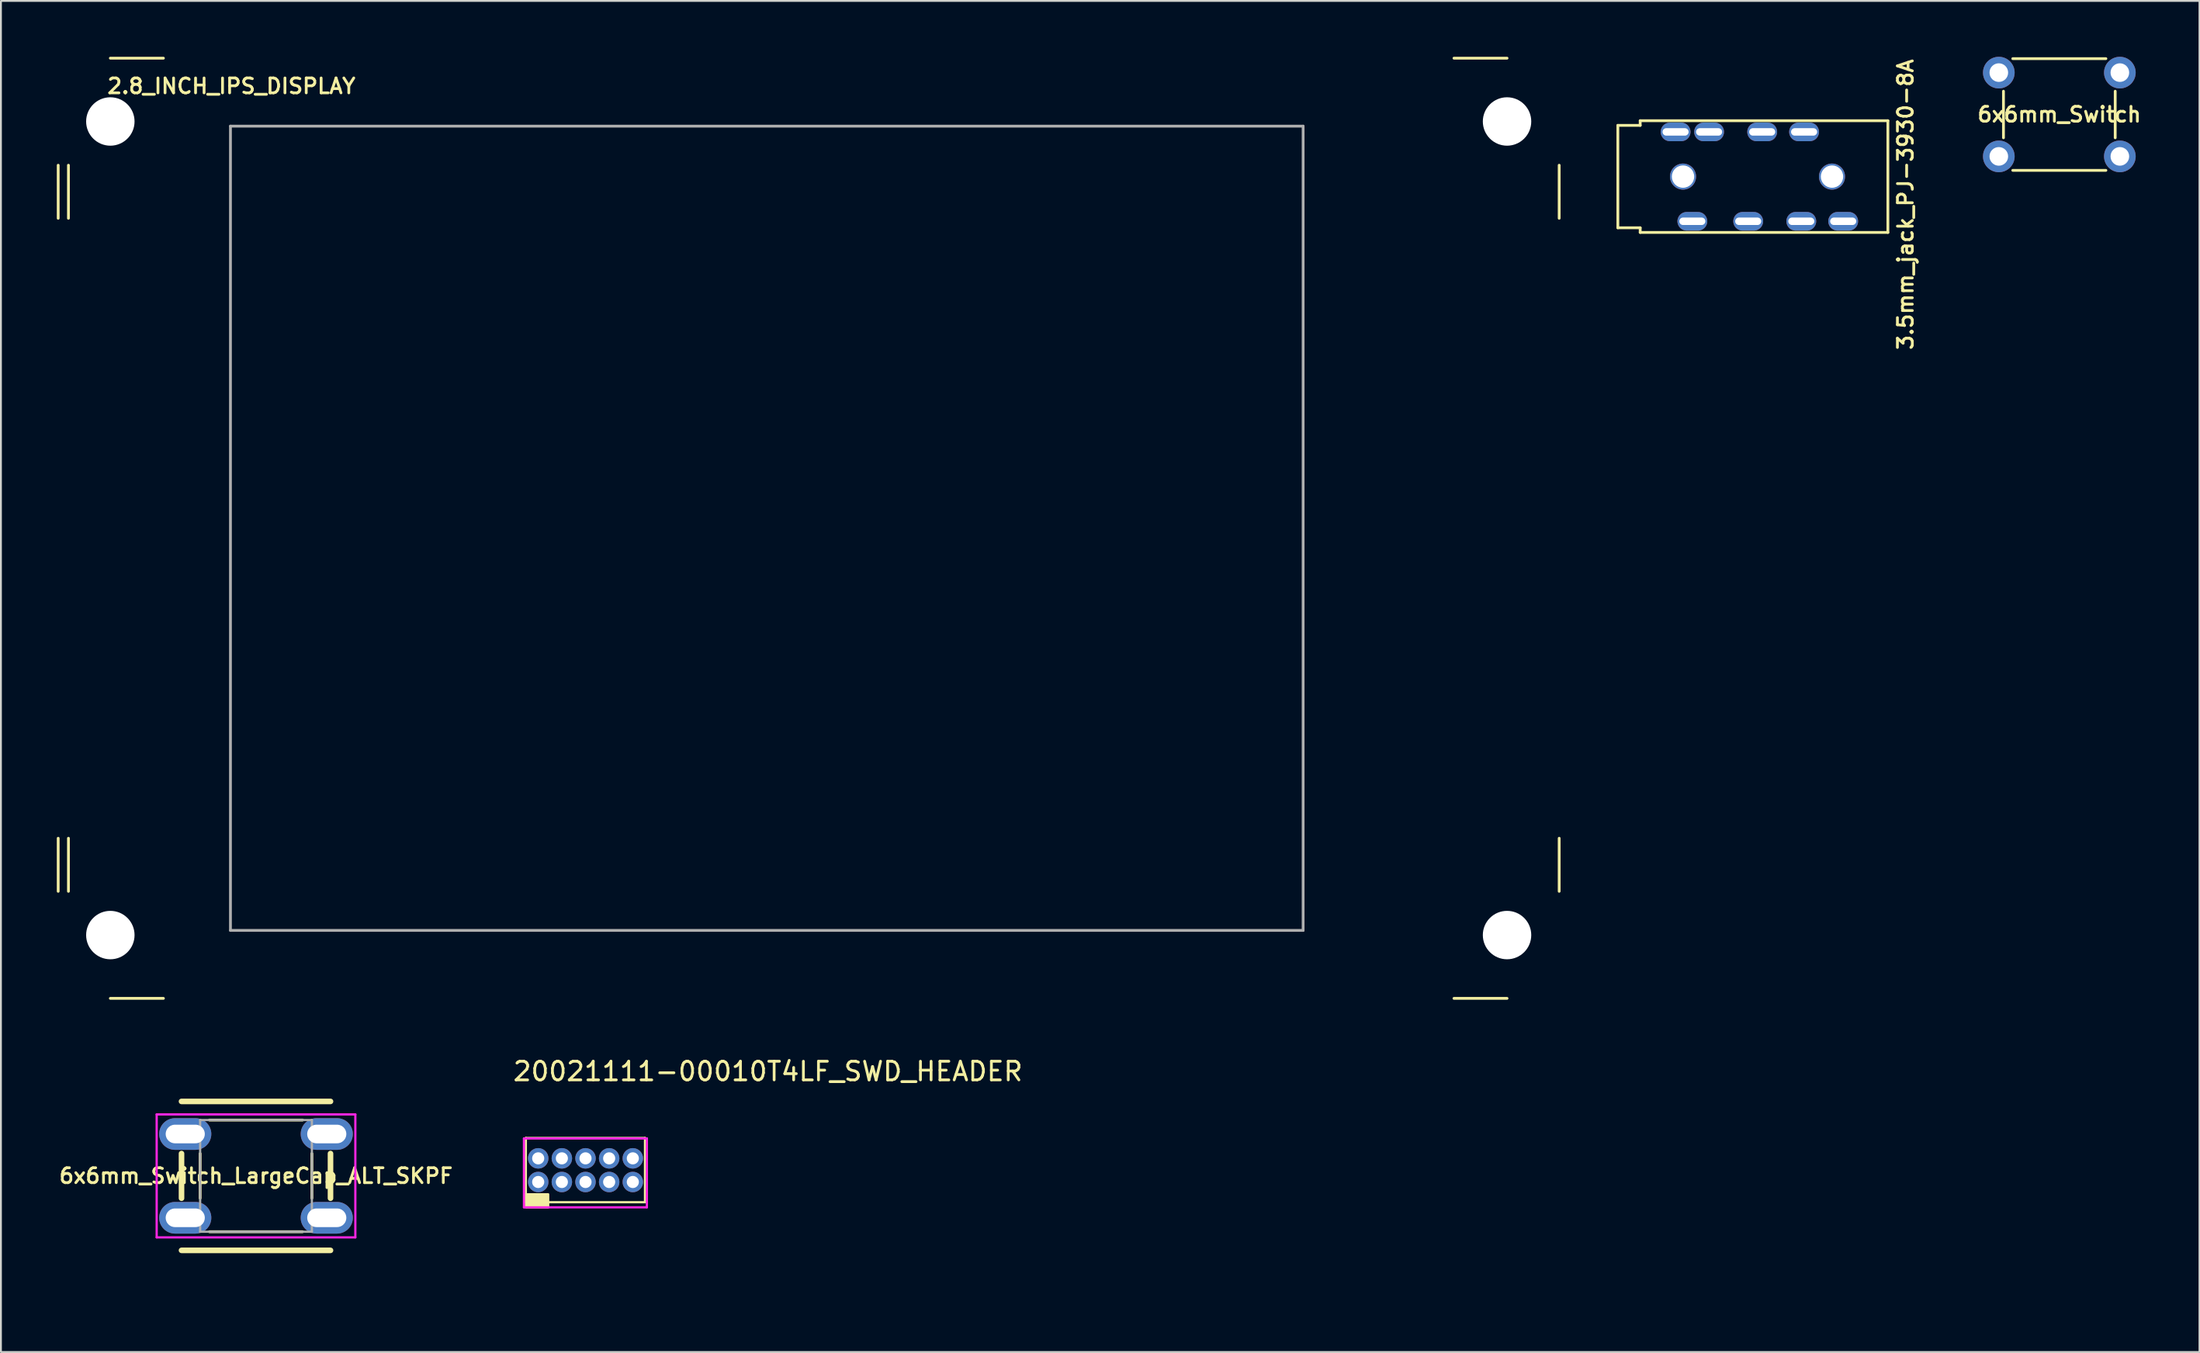
<source format=kicad_pcb>
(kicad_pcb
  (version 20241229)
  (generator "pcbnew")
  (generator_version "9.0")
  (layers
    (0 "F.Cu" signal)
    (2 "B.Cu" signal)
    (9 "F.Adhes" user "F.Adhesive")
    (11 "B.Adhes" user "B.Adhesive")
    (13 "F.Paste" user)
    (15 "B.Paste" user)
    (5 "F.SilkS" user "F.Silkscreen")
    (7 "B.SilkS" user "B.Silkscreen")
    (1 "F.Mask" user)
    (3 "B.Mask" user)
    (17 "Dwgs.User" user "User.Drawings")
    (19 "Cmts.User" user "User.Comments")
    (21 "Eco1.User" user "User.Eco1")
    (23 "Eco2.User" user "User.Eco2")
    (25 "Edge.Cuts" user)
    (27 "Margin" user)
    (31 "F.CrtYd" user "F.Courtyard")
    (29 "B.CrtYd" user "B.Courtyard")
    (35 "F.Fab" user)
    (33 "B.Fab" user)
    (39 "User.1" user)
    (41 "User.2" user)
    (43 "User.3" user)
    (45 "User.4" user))
  (footprint "20021111-00010T4LF_SWD_HEADER"
    (layer "F.Cu")
    (at 28.386 59.798)
    (property "Reference" "20021111-00010T4LF_SWD_HEADER" (at 9.8 -5.3 0) (layer "F.SilkS") (effects (font (size 1 1) (thickness 0.15))))
    (attr through_hole)
    (fp_line (start -3.2 -1.725) (end -3.2 1.725) (stroke (width 0.12) (type solid)) (layer "F.SilkS"))
    (fp_line (start -3.2 -1.725) (end 3.2 -1.725) (stroke (width 0.12) (type solid)) (layer "F.SilkS"))
    (fp_line (start 3.2 1.725) (end -3.2 1.725) (stroke (width 0.12) (type solid)) (layer "F.SilkS"))
    (fp_line (start 3.2 1.725) (end 3.2 -1.725) (stroke (width 0.12) (type solid)) (layer "F.SilkS"))
    (fp_poly (pts (xy -2 2) (xy -3.2 2) (xy -3.2 1.3) (xy -2 1.3)) (stroke (width 0.12) (type solid)) (fill yes) (layer "F.SilkS"))
    (fp_line (start -3.3 -1.7) (end -3.2 -1.7) (stroke (width 0.12) (type solid)) (layer "F.CrtYd"))
    (fp_line (start -3.3 2) (end -3.3 -1.7) (stroke (width 0.12) (type solid)) (layer "F.CrtYd"))
    (fp_line (start -3.2 -1.7) (end 3.3 -1.7) (stroke (width 0.12) (type solid)) (layer "F.CrtYd"))
    (fp_line (start 3.3 -1.7) (end 3.3 2) (stroke (width 0.12) (type solid)) (layer "F.CrtYd"))
    (fp_line (start 3.3 2) (end -3.3 2) (stroke (width 0.12) (type solid)) (layer "F.CrtYd"))
    (pad "1" thru_hole circle (at -2.535 0.64) (size 1.1 1.1) (drill 0.65) (layers "*.Cu" "*.Mask"))
    (pad "2" thru_hole circle (at -2.535 -0.63) (size 1.1 1.1) (drill 0.65) (layers "*.Cu" "*.Mask"))
    (pad "3" thru_hole circle (at -1.265 0.64) (size 1.1 1.1) (drill 0.65) (layers "*.Cu" "*.Mask"))
    (pad "4" thru_hole circle (at -1.265 -0.63) (size 1.1 1.1) (drill 0.65) (layers "*.Cu" "*.Mask"))
    (pad "5" thru_hole circle (at 0.005 0.64) (size 1.1 1.1) (drill 0.65) (layers "*.Cu" "*.Mask"))
    (pad "6" thru_hole circle (at 0.005 -0.63) (size 1.1 1.1) (drill 0.65) (layers "*.Cu" "*.Mask"))
    (pad "7" thru_hole circle (at 1.275 0.64) (size 1.1 1.1) (drill 0.65) (layers "*.Cu" "*.Mask"))
    (pad "8" thru_hole circle (at 1.275 -0.63) (size 1.1 1.1) (drill 0.65) (layers "*.Cu" "*.Mask"))
    (pad "9" thru_hole circle (at 2.545 0.64) (size 1.1 1.1) (drill 0.65) (layers "*.Cu" "*.Mask"))
    (pad "10" thru_hole circle (at 2.545 -0.63) (size 1.1 1.1) (drill 0.65) (layers "*.Cu" "*.Mask")))
  (footprint "6x6mm_Switch"
    (layer "F.Cu")
    (at 107.532 3.1)
    (property "Reference" "6x6mm_Switch" (at 0 0 0) (layer "F.SilkS") (effects (font (size 0.8 0.8) (thickness 0.15))))
    (attr through_hole)
    (fp_line (start -3 1.25) (end -3 -1.25) (stroke (width 0.15) (type solid)) (layer "F.SilkS"))
    (fp_line (start -2.5 -3) (end 2.5 -3) (stroke (width 0.15) (type solid)) (layer "F.SilkS"))
    (fp_line (start 2.5 3) (end -2.5 3) (stroke (width 0.15) (type solid)) (layer "F.SilkS"))
    (fp_line (start 3 -1.25) (end 3 1.25) (stroke (width 0.15) (type solid)) (layer "F.SilkS"))
    (fp_circle (center 0 0) (end 2.5 0) (stroke (width 0.12) (type solid)) (fill no) (layer "Eco1.User"))
    (pad "1" thru_hole circle (at -3.25 -2.25) (size 1.7 1.7) (drill 1) (layers "*.Cu" "*.Mask"))
    (pad "1" thru_hole circle (at 3.25 -2.25) (size 1.7 1.7) (drill 1) (layers "*.Cu" "*.Mask"))
    (pad "2" thru_hole circle (at -3.25 2.25) (size 1.7 1.7) (drill 1) (layers "*.Cu" "*.Mask"))
    (pad "2" thru_hole circle (at 3.25 2.25) (size 1.7 1.7) (drill 1) (layers "*.Cu" "*.Mask")))
  (footprint "6x6mm_Switch_LargeCap_ALT_SKPF"
    (layer "F.Cu")
    (at 10.697 60.11)
    (property "Reference" "6x6mm_Switch_LargeCap_ALT_SKPF" (at 0 0 180) (layer "F.SilkS") (effects (font (size 0.8 0.8) (thickness 0.15))))
    (attr through_hole)
    (fp_line (start -4 -4) (end 4 -4) (stroke (width 0.3) (type solid)) (layer "F.SilkS"))
    (fp_line (start -4 1.2) (end -4 -1.2) (stroke (width 0.3) (type solid)) (layer "F.SilkS"))
    (fp_line (start -4 4) (end 4 4) (stroke (width 0.3) (type solid)) (layer "F.SilkS"))
    (fp_line (start -3 1.2) (end -3 -1.2) (stroke (width 0.15) (type solid)) (layer "F.SilkS"))
    (fp_line (start -2.5 -3) (end 2.5 -3) (stroke (width 0.15) (type solid)) (layer "F.SilkS"))
    (fp_line (start 2.5 3) (end -2.5 3) (stroke (width 0.15) (type solid)) (layer "F.SilkS"))
    (fp_line (start 3 -1.2) (end 3 1.2) (stroke (width 0.15) (type solid)) (layer "F.SilkS"))
    (fp_line (start 4 -1.2) (end 4 1.2) (stroke (width 0.3) (type solid)) (layer "F.SilkS"))
    (fp_circle (center 0 0) (end 5.75 0) (stroke (width 0.12) (type solid)) (fill no) (layer "Eco1.User"))
    (fp_circle (center 0 0) (end 6.4 0) (stroke (width 0.12) (type solid)) (fill no) (layer "Eco1.User"))
    (fp_line (start -5.334 -3.302) (end 5.334 -3.302) (stroke (width 0.12) (type solid)) (layer "F.CrtYd"))
    (fp_line (start -5.334 3.302) (end -5.334 -3.302) (stroke (width 0.12) (type solid)) (layer "F.CrtYd"))
    (fp_line (start 5.334 -3.302) (end 5.334 3.302) (stroke (width 0.12) (type solid)) (layer "F.CrtYd"))
    (fp_line (start 5.334 3.302) (end -5.334 3.302) (stroke (width 0.12) (type solid)) (layer "F.CrtYd"))
    (fp_line (start -3 -3) (end 3 -3) (stroke (width 0.12) (type solid)) (layer "F.Fab"))
    (fp_line (start -3 3) (end -3 -3) (stroke (width 0.12) (type solid)) (layer "F.Fab"))
    (fp_line (start 3 -3) (end 3 3) (stroke (width 0.12) (type solid)) (layer "F.Fab"))
    (fp_line (start 3 3) (end -3 3) (stroke (width 0.12) (type solid)) (layer "F.Fab"))
    (pad "1" thru_hole oval (at -3.8 -2.25) (size 2.8 1.7) (drill oval 2.1 1) (layers "*.Cu" "*.Mask"))
    (pad "1" thru_hole oval (at 3.8 -2.25) (size 2.8 1.7) (drill oval 2.1 1) (layers "*.Cu" "*.Mask"))
    (pad "2" thru_hole oval (at -3.8 2.25) (size 2.8 1.7) (drill oval 2.1 1) (layers "*.Cu" "*.Mask"))
    (pad "2" thru_hole oval (at 3.8 2.25) (size 2.8 1.7) (drill oval 2.1 1) (layers "*.Cu" "*.Mask")))
  (footprint "3.5mm_jack_PJ-3930-8A"
    (layer "F.Cu")
    (at 85.025 6.435)
    (property "Reference" "3.5mm_jack_PJ-3930-8A" (at 14.25 1.5 90) (layer "F.SilkS") (effects (font (size 0.8 0.8) (thickness 0.15))))
    (attr through_hole)
    (fp_line (start -1.2 -2.75) (end 0 -2.75) (stroke (width 0.15) (type solid)) (layer "F.SilkS"))
    (fp_line (start -1.2 2.75) (end -1.2 -2.75) (stroke (width 0.15) (type solid)) (layer "F.SilkS"))
    (fp_line (start 0 -3) (end 13.3 -3) (stroke (width 0.15) (type solid)) (layer "F.SilkS"))
    (fp_line (start 0 -2.75) (end 0 -3) (stroke (width 0.15) (type solid)) (layer "F.SilkS"))
    (fp_line (start 0 2.75) (end -1.2 2.75) (stroke (width 0.15) (type solid)) (layer "F.SilkS"))
    (fp_line (start 0 3) (end 0 2.75) (stroke (width 0.15) (type solid)) (layer "F.SilkS"))
    (fp_line (start 13.3 -3) (end 13.3 3) (stroke (width 0.15) (type solid)) (layer "F.SilkS"))
    (fp_line (start 13.3 3) (end 0 3) (stroke (width 0.15) (type solid)) (layer "F.SilkS"))
    (pad "" np_thru_hole circle (at 2.3 0 90) (size 1.4 1.4) (drill 1.2) (layers "*.Cu" "*.Mask"))
    (pad "" np_thru_hole circle (at 10.3 0 90) (size 1.4 1.4) (drill 1.2) (layers "*.Cu" "*.Mask"))
    (pad "R1" thru_hole oval (at 8.65 2.4 90) (size 1 1.6) (drill oval 0.4 1.4) (layers "*.Cu" "*.Mask"))
    (pad "R1S" thru_hole oval (at 6.55 -2.4 90) (size 1 1.6) (drill oval 0.4 1.4) (layers "*.Cu" "*.Mask"))
    (pad "R2" thru_hole oval (at 5.8 2.4 90) (size 1 1.6) (drill oval 0.4 1.4) (layers "*.Cu" "*.Mask"))
    (pad "R2S" thru_hole oval (at 3.7 -2.4 90) (size 1 1.6) (drill oval 0.4 1.4) (layers "*.Cu" "*.Mask"))
    (pad "S" thru_hole oval (at 2.8 2.4 90) (size 1 1.6) (drill oval 0.4 1.4) (layers "*.Cu" "*.Mask"))
    (pad "SS" thru_hole oval (at 1.9 -2.4 90) (size 1 1.6) (drill oval 0.4 1.4) (layers "*.Cu" "*.Mask"))
    (pad "T" thru_hole oval (at 8.8 -2.4 90) (size 1 1.6) (drill oval 0.4 1.4) (layers "*.Cu" "*.Mask"))
    (pad "TS" thru_hole oval (at 10.9 2.4 90) (size 1 1.6) (drill oval 0.4 1.4) (layers "*.Cu" "*.Mask")))
  (footprint "2.8_INCH_IPS_DISPLAY"
    (layer "F.Cu")
    (at 38.125 25.325)
    (property "Reference" "2.8_INCH_IPS_DISPLAY" (at -28.75 -23.75 0) (layer "F.SilkS") (effects (font (size 0.8 0.8) (thickness 0.15))))
    (attr through_hole)
    (fp_line (start -38.05 -19.5) (end -38.05 -16.65) (stroke (width 0.15) (type solid)) (layer "F.SilkS"))
    (fp_line (start -38.05 19.5) (end -38.05 16.65) (stroke (width 0.15) (type solid)) (layer "F.SilkS"))
    (fp_line (start -37.5 -19.5) (end -37.5 -16.65) (stroke (width 0.15) (type solid)) (layer "F.SilkS"))
    (fp_line (start -37.5 19.5) (end -37.5 16.65) (stroke (width 0.15) (type solid)) (layer "F.SilkS"))
    (fp_line (start -32.4 -25.25) (end -35.25 -25.25) (stroke (width 0.15) (type solid)) (layer "F.SilkS"))
    (fp_line (start -32.4 25.25) (end -35.25 25.25) (stroke (width 0.15) (type solid)) (layer "F.SilkS"))
    (fp_line (start 39.75 -25.25) (end 36.9 -25.25) (stroke (width 0.15) (type solid)) (layer "F.SilkS"))
    (fp_line (start 39.75 25.25) (end 36.9 25.25) (stroke (width 0.15) (type solid)) (layer "F.SilkS"))
    (fp_line (start 42.55 -19.5) (end 42.55 -16.65) (stroke (width 0.15) (type solid)) (layer "F.SilkS"))
    (fp_line (start 42.55 19.5) (end 42.55 16.65) (stroke (width 0.15) (type solid)) (layer "F.SilkS"))
    (fp_line (start -28.8 -21.6) (end 28.8 -21.6) (stroke (width 0.15) (type solid)) (layer "Eco1.User"))
    (fp_line (start -28.8 21.6) (end -28.8 -21.6) (stroke (width 0.15) (type solid)) (layer "Eco1.User"))
    (fp_line (start 28.8 -21.6) (end 28.8 21.6) (stroke (width 0.15) (type solid)) (layer "Eco1.User"))
    (fp_line (start 28.8 21.6) (end -28.8 21.6) (stroke (width 0.15) (type solid)) (layer "Eco1.User"))
    (fp_line (start -28.8 -21.6) (end 28.8 -21.6) (stroke (width 0.15) (type solid)) (layer "F.Fab"))
    (fp_line (start -28.8 21.6) (end -28.8 -21.6) (stroke (width 0.15) (type solid)) (layer "F.Fab"))
    (fp_line (start 28.8 -21.6) (end 28.8 21.6) (stroke (width 0.15) (type solid)) (layer "F.Fab"))
    (fp_line (start 28.8 21.6) (end -28.8 21.6) (stroke (width 0.15) (type solid)) (layer "F.Fab"))
    (pad "" np_thru_hole circle (at -35.25 -21.85) (size 2.6 2.6) (drill 2.6) (layers "*.Cu" "*.Mask"))
    (pad "" np_thru_hole circle (at -35.25 21.85) (size 2.6 2.6) (drill 2.6) (layers "*.Cu" "*.Mask"))
    (pad "" np_thru_hole circle (at 39.75 -21.85) (size 2.6 2.6) (drill 2.6) (layers "*.Cu" "*.Mask"))
    (pad "" np_thru_hole circle (at 39.75 21.85) (size 2.6 2.6) (drill 2.6) (layers "*.Cu" "*.Mask")))
  (gr_rect
    (start -3 -3)
    (end 115.058 69.57)
    (stroke (width 0.1) (type default))
    (fill no)
    (layer "Edge.Cuts")))
</source>
